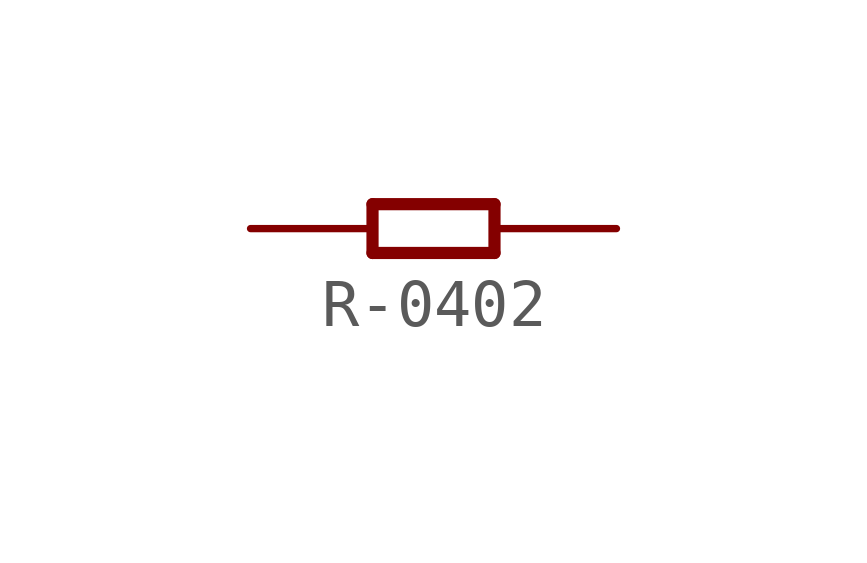
<source format=kicad_sym>
(kicad_symbol_lib
  (version 20231120)
  (generator "kicad_symbol_editor")
  (generator_version "8.0")
  (symbol "R-0402"
    (property "Reference" "R"
      (at -2.54 0 0)
      (effects (font (size 0.635 0.54)) (justify left bottom) (hide yes)))
    (property "ki_locked" ""
      (at 0 0 0)
      (effects (font (size 1.27 1.27))))
    (symbol "R-0402_1_0"
      (polyline (pts (xy -1.27 -0.508) (xy -1.27 0.508)) (stroke (width 0.254) (type solid)) (fill (type none)))
      (polyline (pts (xy -1.27 0.508) (xy 1.27 0.508)) (stroke (width 0.254) (type solid)) (fill (type none)))
      (polyline (pts (xy 1.27 -0.508) (xy -1.27 -0.508)) (stroke (width 0.254) (type solid)) (fill (type none)))
      (polyline (pts (xy 1.27 0.508) (xy 1.27 -0.508)) (stroke (width 0.254) (type solid)) (fill (type none)))
      (pin passive line (at -3.81 0 0) (length 2.54) (name "1" (effects (font (size 0 0)))) (number "1" (effects (font (size 0 0)))))
      (pin passive line (at 3.81 0 180) (length 2.54) (name "2" (effects (font (size 0 0)))) (number "2" (effects (font (size 0 0))))))))
</source>
